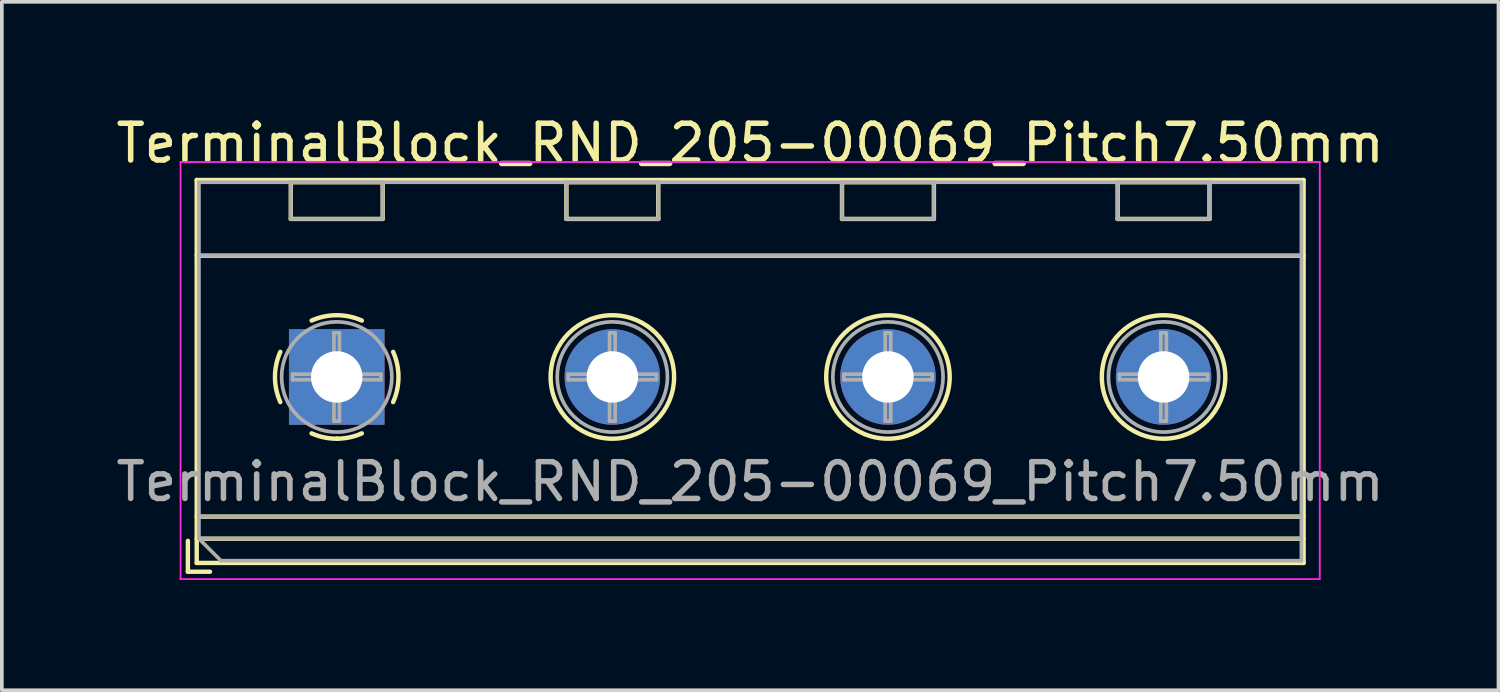
<source format=kicad_pcb>
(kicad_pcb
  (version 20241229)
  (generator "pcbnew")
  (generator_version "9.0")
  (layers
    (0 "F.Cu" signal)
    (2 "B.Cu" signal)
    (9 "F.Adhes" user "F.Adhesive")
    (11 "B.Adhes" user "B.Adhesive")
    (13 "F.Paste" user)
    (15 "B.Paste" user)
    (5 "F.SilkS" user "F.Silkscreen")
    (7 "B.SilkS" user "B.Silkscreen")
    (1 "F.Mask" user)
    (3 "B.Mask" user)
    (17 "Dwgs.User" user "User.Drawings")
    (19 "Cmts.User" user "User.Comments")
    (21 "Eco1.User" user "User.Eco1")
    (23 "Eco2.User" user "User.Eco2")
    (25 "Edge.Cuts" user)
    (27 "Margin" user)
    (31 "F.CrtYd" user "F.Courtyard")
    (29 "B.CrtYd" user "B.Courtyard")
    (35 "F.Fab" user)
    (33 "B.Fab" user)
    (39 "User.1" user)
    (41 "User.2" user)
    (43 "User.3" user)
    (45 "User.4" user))
  (footprint "TerminalBlock_RND_205-00069_Pitch7.50mm"
    (layer "F.Cu")
    (at 6.113 7.208)
    (property "Reference" "TerminalBlock_RND_205-00069_Pitch7.50mm" (at 11.25 -6.36 0) (layer "F.SilkS") (effects (font (size 1 1) (thickness 0.15))))
    (attr through_hole)
    (fp_line (start -4.05 4.46) (end -4.05 5.3) (stroke (width 0.12) (type solid)) (layer "F.SilkS"))
    (fp_line (start -4.05 5.3) (end -3.45 5.3) (stroke (width 0.12) (type solid)) (layer "F.SilkS"))
    (fp_line (start -3.81 -5.36) (end -3.81 5.06) (stroke (width 0.12) (type solid)) (layer "F.SilkS"))
    (fp_line (start -3.81 -3.3) (end 26.31 -3.3) (stroke (width 0.12) (type solid)) (layer "F.SilkS"))
    (fp_line (start -3.81 3.8) (end 26.31 3.8) (stroke (width 0.12) (type solid)) (layer "F.SilkS"))
    (fp_line (start -3.81 4.4) (end 26.31 4.4) (stroke (width 0.12) (type solid)) (layer "F.SilkS"))
    (fp_line (start -3.81 5.06) (end 26.31 5.06) (stroke (width 0.12) (type solid)) (layer "F.SilkS"))
    (fp_line (start -1.25 -5.301) (end -1.25 -4.301) (stroke (width 0.12) (type solid)) (layer "F.SilkS"))
    (fp_line (start -1.25 -5.301) (end 1.25 -5.301) (stroke (width 0.12) (type solid)) (layer "F.SilkS"))
    (fp_line (start -1.25 -4.301) (end 1.25 -4.301) (stroke (width 0.12) (type solid)) (layer "F.SilkS"))
    (fp_line (start 1.25 -5.301) (end 1.25 -4.301) (stroke (width 0.12) (type solid)) (layer "F.SilkS"))
    (fp_line (start 6.25 -5.301) (end 6.25 -4.301) (stroke (width 0.12) (type solid)) (layer "F.SilkS"))
    (fp_line (start 6.25 -5.301) (end 8.75 -5.301) (stroke (width 0.12) (type solid)) (layer "F.SilkS"))
    (fp_line (start 6.25 -4.301) (end 8.75 -4.301) (stroke (width 0.12) (type solid)) (layer "F.SilkS"))
    (fp_line (start 8.75 -5.301) (end 8.75 -4.301) (stroke (width 0.12) (type solid)) (layer "F.SilkS"))
    (fp_line (start 13.75 -5.301) (end 13.75 -4.301) (stroke (width 0.12) (type solid)) (layer "F.SilkS"))
    (fp_line (start 13.75 -5.301) (end 16.25 -5.301) (stroke (width 0.12) (type solid)) (layer "F.SilkS"))
    (fp_line (start 13.75 -4.301) (end 16.25 -4.301) (stroke (width 0.12) (type solid)) (layer "F.SilkS"))
    (fp_line (start 16.25 -5.301) (end 16.25 -4.301) (stroke (width 0.12) (type solid)) (layer "F.SilkS"))
    (fp_line (start 21.25 -5.301) (end 21.25 -4.301) (stroke (width 0.12) (type solid)) (layer "F.SilkS"))
    (fp_line (start 21.25 -5.301) (end 23.75 -5.301) (stroke (width 0.12) (type solid)) (layer "F.SilkS"))
    (fp_line (start 21.25 -4.301) (end 23.75 -4.301) (stroke (width 0.12) (type solid)) (layer "F.SilkS"))
    (fp_line (start 23.75 -5.301) (end 23.75 -4.301) (stroke (width 0.12) (type solid)) (layer "F.SilkS"))
    (fp_line (start 26.31 -5.36) (end -3.81 -5.36) (stroke (width 0.12) (type solid)) (layer "F.SilkS"))
    (fp_line (start 26.31 5.06) (end 26.31 -5.36) (stroke (width 0.12) (type solid)) (layer "F.SilkS"))
    (fp_arc (start -1.535427 0.683042) (mid -1.680501 -0.000524) (end -1.535 -0.684) (stroke (width 0.12) (type solid)) (layer "F.SilkS"))
    (fp_arc (start -0.683042 -1.535427) (mid 0.000524 -1.680501) (end 0.684 -1.535) (stroke (width 0.12) (type solid)) (layer "F.SilkS"))
    (fp_arc (start 0.028805 1.680253) (mid -0.335551 1.646659) (end -0.684 1.535) (stroke (width 0.12) (type solid)) (layer "F.SilkS"))
    (fp_arc (start 0.683318 1.534756) (mid 0.349292 1.643288) (end 0 1.68) (stroke (width 0.12) (type solid)) (layer "F.SilkS"))
    (fp_arc (start 1.535427 -0.683042) (mid 1.680501 0.000524) (end 1.535 0.684) (stroke (width 0.12) (type solid)) (layer "F.SilkS"))
    (fp_circle (center 7.5 0) (end 9.18 0) (stroke (width 0.12) (type solid)) (fill no) (layer "F.SilkS"))
    (fp_circle (center 15 0) (end 16.68 0) (stroke (width 0.12) (type solid)) (fill no) (layer "F.SilkS"))
    (fp_circle (center 22.5 0) (end 24.18 0) (stroke (width 0.12) (type solid)) (fill no) (layer "F.SilkS"))
    (fp_line (start -4.25 -5.85) (end -4.25 5.5) (stroke (width 0.05) (type solid)) (layer "F.CrtYd"))
    (fp_line (start -4.25 5.5) (end 26.75 5.5) (stroke (width 0.05) (type solid)) (layer "F.CrtYd"))
    (fp_line (start 26.75 -5.85) (end -4.25 -5.85) (stroke (width 0.05) (type solid)) (layer "F.CrtYd"))
    (fp_line (start 26.75 5.5) (end 26.75 -5.85) (stroke (width 0.05) (type solid)) (layer "F.CrtYd"))
    (fp_line (start -3.75 -5.3) (end 26.25 -5.3) (stroke (width 0.1) (type solid)) (layer "F.Fab"))
    (fp_line (start -3.75 -3.3) (end 26.25 -3.3) (stroke (width 0.1) (type solid)) (layer "F.Fab"))
    (fp_line (start -3.75 3.8) (end 26.25 3.8) (stroke (width 0.1) (type solid)) (layer "F.Fab"))
    (fp_line (start -3.75 4.4) (end -3.75 -5.3) (stroke (width 0.1) (type solid)) (layer "F.Fab"))
    (fp_line (start -3.75 4.4) (end 26.25 4.4) (stroke (width 0.1) (type solid)) (layer "F.Fab"))
    (fp_line (start -3.15 5) (end -3.75 4.4) (stroke (width 0.1) (type solid)) (layer "F.Fab"))
    (fp_line (start -1.25 -5.3) (end -1.25 -4.3) (stroke (width 0.1) (type solid)) (layer "F.Fab"))
    (fp_line (start -1.25 -4.3) (end 1.25 -4.3) (stroke (width 0.1) (type solid)) (layer "F.Fab"))
    (fp_line (start -1.201 -0.076) (end -0.076 -0.076) (stroke (width 0.1) (type solid)) (layer "F.Fab"))
    (fp_line (start -1.201 0.076) (end -1.201 -0.076) (stroke (width 0.1) (type solid)) (layer "F.Fab"))
    (fp_line (start -0.076 -1.201) (end 0.076 -1.201) (stroke (width 0.1) (type solid)) (layer "F.Fab"))
    (fp_line (start -0.076 -0.076) (end -0.076 -1.201) (stroke (width 0.1) (type solid)) (layer "F.Fab"))
    (fp_line (start -0.076 0.076) (end -1.201 0.076) (stroke (width 0.1) (type solid)) (layer "F.Fab"))
    (fp_line (start -0.076 1.201) (end -0.076 0.076) (stroke (width 0.1) (type solid)) (layer "F.Fab"))
    (fp_line (start 0.076 -1.201) (end 0.076 -0.076) (stroke (width 0.1) (type solid)) (layer "F.Fab"))
    (fp_line (start 0.076 -0.076) (end 1.201 -0.076) (stroke (width 0.1) (type solid)) (layer "F.Fab"))
    (fp_line (start 0.076 0.076) (end 0.076 1.201) (stroke (width 0.1) (type solid)) (layer "F.Fab"))
    (fp_line (start 0.076 1.201) (end -0.076 1.201) (stroke (width 0.1) (type solid)) (layer "F.Fab"))
    (fp_line (start 1.201 -0.076) (end 1.201 0.076) (stroke (width 0.1) (type solid)) (layer "F.Fab"))
    (fp_line (start 1.201 0.076) (end 0.076 0.076) (stroke (width 0.1) (type solid)) (layer "F.Fab"))
    (fp_line (start 1.25 -5.3) (end -1.25 -5.3) (stroke (width 0.1) (type solid)) (layer "F.Fab"))
    (fp_line (start 1.25 -4.3) (end 1.25 -5.3) (stroke (width 0.1) (type solid)) (layer "F.Fab"))
    (fp_line (start 6.25 -5.3) (end 6.25 -4.3) (stroke (width 0.1) (type solid)) (layer "F.Fab"))
    (fp_line (start 6.25 -4.3) (end 8.75 -4.3) (stroke (width 0.1) (type solid)) (layer "F.Fab"))
    (fp_line (start 6.299 -0.076) (end 7.424 -0.076) (stroke (width 0.1) (type solid)) (layer "F.Fab"))
    (fp_line (start 6.299 0.076) (end 6.299 -0.076) (stroke (width 0.1) (type solid)) (layer "F.Fab"))
    (fp_line (start 7.424 -1.201) (end 7.576 -1.201) (stroke (width 0.1) (type solid)) (layer "F.Fab"))
    (fp_line (start 7.424 -0.076) (end 7.424 -1.201) (stroke (width 0.1) (type solid)) (layer "F.Fab"))
    (fp_line (start 7.424 0.076) (end 6.299 0.076) (stroke (width 0.1) (type solid)) (layer "F.Fab"))
    (fp_line (start 7.424 1.201) (end 7.424 0.076) (stroke (width 0.1) (type solid)) (layer "F.Fab"))
    (fp_line (start 7.576 -1.201) (end 7.576 -0.076) (stroke (width 0.1) (type solid)) (layer "F.Fab"))
    (fp_line (start 7.576 -0.076) (end 8.701 -0.076) (stroke (width 0.1) (type solid)) (layer "F.Fab"))
    (fp_line (start 7.576 0.076) (end 7.576 1.201) (stroke (width 0.1) (type solid)) (layer "F.Fab"))
    (fp_line (start 7.576 1.201) (end 7.424 1.201) (stroke (width 0.1) (type solid)) (layer "F.Fab"))
    (fp_line (start 8.701 -0.076) (end 8.701 0.076) (stroke (width 0.1) (type solid)) (layer "F.Fab"))
    (fp_line (start 8.701 0.076) (end 7.576 0.076) (stroke (width 0.1) (type solid)) (layer "F.Fab"))
    (fp_line (start 8.75 -5.3) (end 6.25 -5.3) (stroke (width 0.1) (type solid)) (layer "F.Fab"))
    (fp_line (start 8.75 -4.3) (end 8.75 -5.3) (stroke (width 0.1) (type solid)) (layer "F.Fab"))
    (fp_line (start 13.75 -5.3) (end 13.75 -4.3) (stroke (width 0.1) (type solid)) (layer "F.Fab"))
    (fp_line (start 13.75 -4.3) (end 16.25 -4.3) (stroke (width 0.1) (type solid)) (layer "F.Fab"))
    (fp_line (start 13.799 -0.076) (end 14.924 -0.076) (stroke (width 0.1) (type solid)) (layer "F.Fab"))
    (fp_line (start 13.799 0.076) (end 13.799 -0.076) (stroke (width 0.1) (type solid)) (layer "F.Fab"))
    (fp_line (start 14.924 -1.201) (end 15.076 -1.201) (stroke (width 0.1) (type solid)) (layer "F.Fab"))
    (fp_line (start 14.924 -0.076) (end 14.924 -1.201) (stroke (width 0.1) (type solid)) (layer "F.Fab"))
    (fp_line (start 14.924 0.076) (end 13.799 0.076) (stroke (width 0.1) (type solid)) (layer "F.Fab"))
    (fp_line (start 14.924 1.201) (end 14.924 0.076) (stroke (width 0.1) (type solid)) (layer "F.Fab"))
    (fp_line (start 15.076 -1.201) (end 15.076 -0.076) (stroke (width 0.1) (type solid)) (layer "F.Fab"))
    (fp_line (start 15.076 -0.076) (end 16.201 -0.076) (stroke (width 0.1) (type solid)) (layer "F.Fab"))
    (fp_line (start 15.076 0.076) (end 15.076 1.201) (stroke (width 0.1) (type solid)) (layer "F.Fab"))
    (fp_line (start 15.076 1.201) (end 14.924 1.201) (stroke (width 0.1) (type solid)) (layer "F.Fab"))
    (fp_line (start 16.201 -0.076) (end 16.201 0.076) (stroke (width 0.1) (type solid)) (layer "F.Fab"))
    (fp_line (start 16.201 0.076) (end 15.076 0.076) (stroke (width 0.1) (type solid)) (layer "F.Fab"))
    (fp_line (start 16.25 -5.3) (end 13.75 -5.3) (stroke (width 0.1) (type solid)) (layer "F.Fab"))
    (fp_line (start 16.25 -4.3) (end 16.25 -5.3) (stroke (width 0.1) (type solid)) (layer "F.Fab"))
    (fp_line (start 21.25 -5.3) (end 21.25 -4.3) (stroke (width 0.1) (type solid)) (layer "F.Fab"))
    (fp_line (start 21.25 -4.3) (end 23.75 -4.3) (stroke (width 0.1) (type solid)) (layer "F.Fab"))
    (fp_line (start 21.299 -0.076) (end 22.424 -0.076) (stroke (width 0.1) (type solid)) (layer "F.Fab"))
    (fp_line (start 21.299 0.076) (end 21.299 -0.076) (stroke (width 0.1) (type solid)) (layer "F.Fab"))
    (fp_line (start 22.424 -1.201) (end 22.576 -1.201) (stroke (width 0.1) (type solid)) (layer "F.Fab"))
    (fp_line (start 22.424 -0.076) (end 22.424 -1.201) (stroke (width 0.1) (type solid)) (layer "F.Fab"))
    (fp_line (start 22.424 0.076) (end 21.299 0.076) (stroke (width 0.1) (type solid)) (layer "F.Fab"))
    (fp_line (start 22.424 1.201) (end 22.424 0.076) (stroke (width 0.1) (type solid)) (layer "F.Fab"))
    (fp_line (start 22.576 -1.201) (end 22.576 -0.076) (stroke (width 0.1) (type solid)) (layer "F.Fab"))
    (fp_line (start 22.576 -0.076) (end 23.701 -0.076) (stroke (width 0.1) (type solid)) (layer "F.Fab"))
    (fp_line (start 22.576 0.076) (end 22.576 1.201) (stroke (width 0.1) (type solid)) (layer "F.Fab"))
    (fp_line (start 22.576 1.201) (end 22.424 1.201) (stroke (width 0.1) (type solid)) (layer "F.Fab"))
    (fp_line (start 23.701 -0.076) (end 23.701 0.076) (stroke (width 0.1) (type solid)) (layer "F.Fab"))
    (fp_line (start 23.701 0.076) (end 22.576 0.076) (stroke (width 0.1) (type solid)) (layer "F.Fab"))
    (fp_line (start 23.75 -5.3) (end 21.25 -5.3) (stroke (width 0.1) (type solid)) (layer "F.Fab"))
    (fp_line (start 23.75 -4.3) (end 23.75 -5.3) (stroke (width 0.1) (type solid)) (layer "F.Fab"))
    (fp_line (start 26.25 -5.3) (end 26.25 5) (stroke (width 0.1) (type solid)) (layer "F.Fab"))
    (fp_line (start 26.25 5) (end -3.15 5) (stroke (width 0.1) (type solid)) (layer "F.Fab"))
    (fp_circle (center 0 0) (end 1.5 0) (stroke (width 0.1) (type solid)) (fill no) (layer "F.Fab"))
    (fp_circle (center 7.5 0) (end 9 0) (stroke (width 0.1) (type solid)) (fill no) (layer "F.Fab"))
    (fp_circle (center 15 0) (end 16.5 0) (stroke (width 0.1) (type solid)) (fill no) (layer "F.Fab"))
    (fp_circle (center 22.5 0) (end 24 0) (stroke (width 0.1) (type solid)) (fill no) (layer "F.Fab"))
    (fp_text user "${REFERENCE}" (at 11.25 2.85 0) (layer "F.Fab") (effects (font (size 1 1) (thickness 0.15))))
    (pad "1" thru_hole rect (at 0 0) (size 2.6 2.6) (drill 1.4) (layers "*.Cu" "*.Mask"))
    (pad "2" thru_hole oval (at 7.5 0) (size 2.6 2.6) (drill 1.4) (layers "*.Cu" "*.Mask"))
    (pad "3" thru_hole oval (at 15 0) (size 2.6 2.6) (drill 1.4) (layers "*.Cu" "*.Mask"))
    (pad "4" thru_hole oval (at 22.5 0) (size 2.6 2.6) (drill 1.4) (layers "*.Cu" "*.Mask")))
  (gr_rect
    (start -3 -3)
    (end 37.726 15.733)
    (stroke (width 0.1) (type default))
    (fill no)
    (layer "Edge.Cuts")))
</source>
